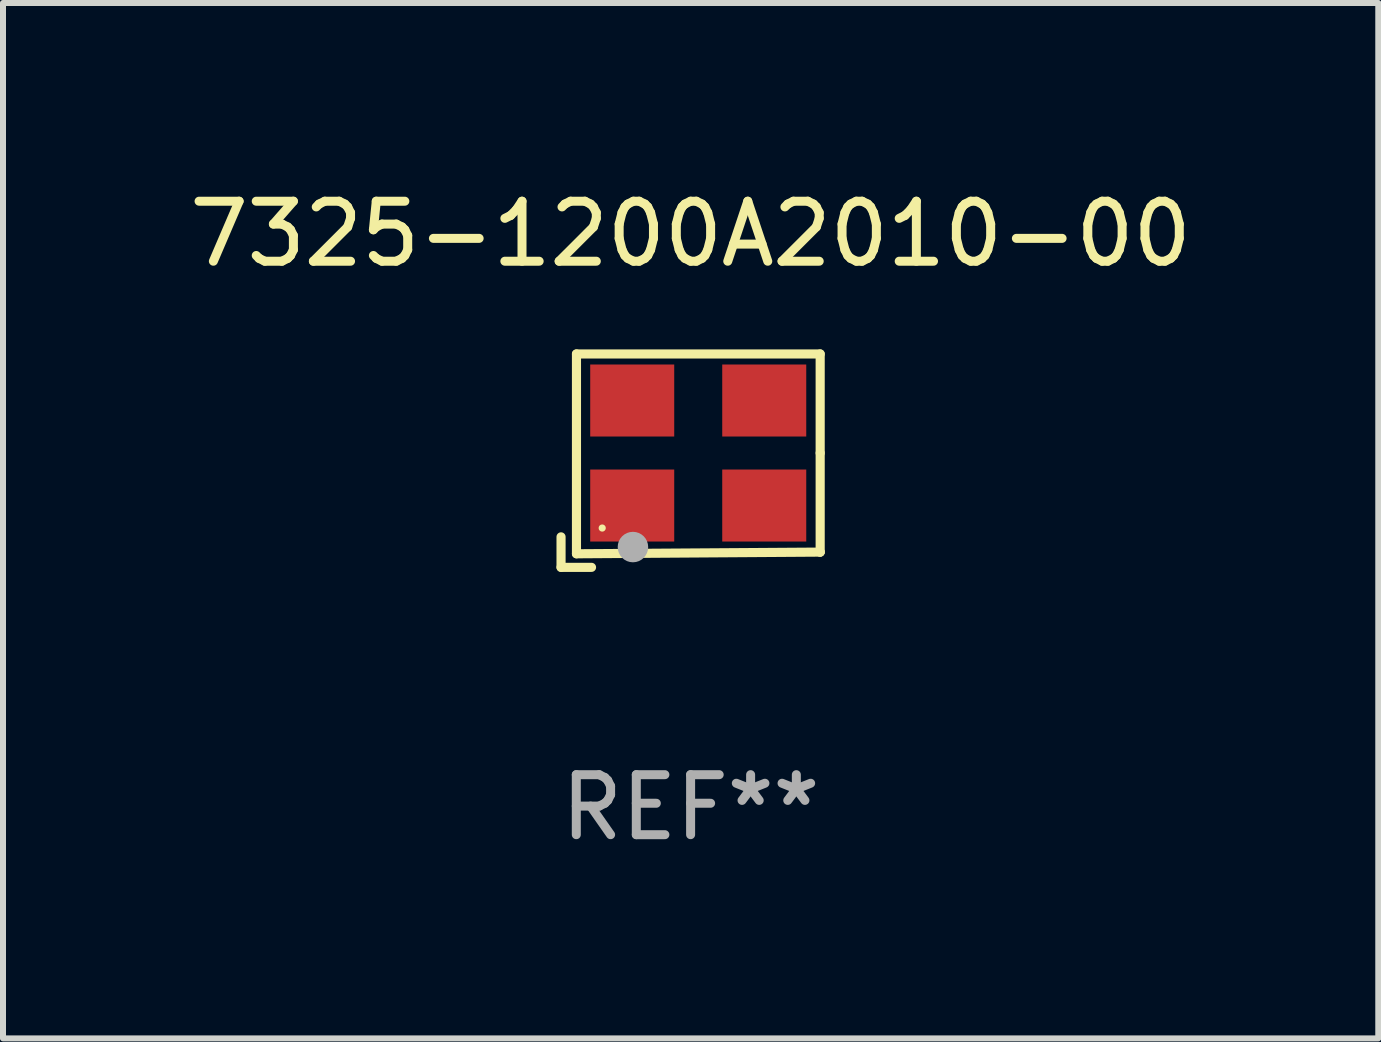
<source format=kicad_pcb>
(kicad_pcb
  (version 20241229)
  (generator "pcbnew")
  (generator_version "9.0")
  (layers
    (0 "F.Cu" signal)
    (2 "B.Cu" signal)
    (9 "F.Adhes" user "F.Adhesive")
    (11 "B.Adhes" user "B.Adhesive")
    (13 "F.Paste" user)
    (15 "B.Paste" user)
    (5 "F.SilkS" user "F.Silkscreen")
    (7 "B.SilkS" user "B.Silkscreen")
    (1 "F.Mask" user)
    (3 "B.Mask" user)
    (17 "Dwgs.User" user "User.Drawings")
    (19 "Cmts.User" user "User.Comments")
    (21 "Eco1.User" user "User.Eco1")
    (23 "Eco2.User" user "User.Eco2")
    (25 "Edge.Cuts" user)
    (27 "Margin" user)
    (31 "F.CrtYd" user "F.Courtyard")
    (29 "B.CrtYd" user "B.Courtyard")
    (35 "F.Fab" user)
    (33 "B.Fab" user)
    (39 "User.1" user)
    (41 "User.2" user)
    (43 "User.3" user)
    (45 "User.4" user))
  (footprint "7325-1200A2010-00"
    (layer "F.Cu")
    (at 8.458 4.626)
    (property "Reference" "7325-1200A2010-00" (at 0 -3.778 0) (layer "F.SilkS") (effects (font (size 1 1) (thickness 0.15))))
    (attr through_hole)
    (fp_line (start -2.159 1.27) (end -2.159 1.778) (stroke (width 0.152) (type solid)) (layer "F.SilkS"))
    (fp_line (start -2.159 1.778) (end -1.651 1.778) (stroke (width 0.152) (type solid)) (layer "F.SilkS"))
    (fp_line (start -1.902 -1.778) (end 2.159 -1.778) (stroke (width 0.152) (type solid)) (layer "F.SilkS"))
    (fp_line (start -1.902 1.552) (end -1.902 -1.778) (stroke (width 0.152) (type solid)) (layer "F.SilkS"))
    (fp_line (start 2.159 -1.778) (end 2.159 -0.127) (stroke (width 0.152) (type solid)) (layer "F.SilkS"))
    (fp_line (start 2.159 -0.127) (end 2.159 1.524) (stroke (width 0.152) (type solid)) (layer "F.SilkS"))
    (fp_line (start 2.159 1.524) (end -1.902 1.552) (stroke (width 0.152) (type solid)) (layer "F.SilkS"))
    (fp_line (start 2.159 1.524) (end 2.159 1.524) (stroke (width 0.152) (type solid)) (layer "F.SilkS"))
    (fp_circle (center -1.473 1.123) (end -1.443 1.123) (stroke (width 0.06) (type solid)) (fill no) (layer "F.SilkS"))
    (fp_circle (center -0.961 1.44) (end -0.834 1.44) (stroke (width 0.254) (type solid)) (fill no) (layer "F.Fab"))
    (fp_text user "REF**" (at 0 5.778 0) (layer "F.Fab") (effects (font (size 1 1) (thickness 0.15))))
    (pad "1" smd rect (at -0.973 0.748) (size 1.4 1.2) (layers "F.Cu" "F.Mask" "F.Paste"))
    (pad "2" smd rect (at 1.227 0.748) (size 1.4 1.2) (layers "F.Cu" "F.Mask" "F.Paste"))
    (pad "3" smd rect (at 1.227 -1.002) (size 1.4 1.2) (layers "F.Cu" "F.Mask" "F.Paste"))
    (pad "4" smd rect (at -0.973 -1.002) (size 1.4 1.2) (layers "F.Cu" "F.Mask" "F.Paste")))
  (gr_rect
    (start -3 -3)
    (end 19.917 14.253)
    (stroke (width 0.1) (type default))
    (fill no)
    (layer "Edge.Cuts")))
</source>
